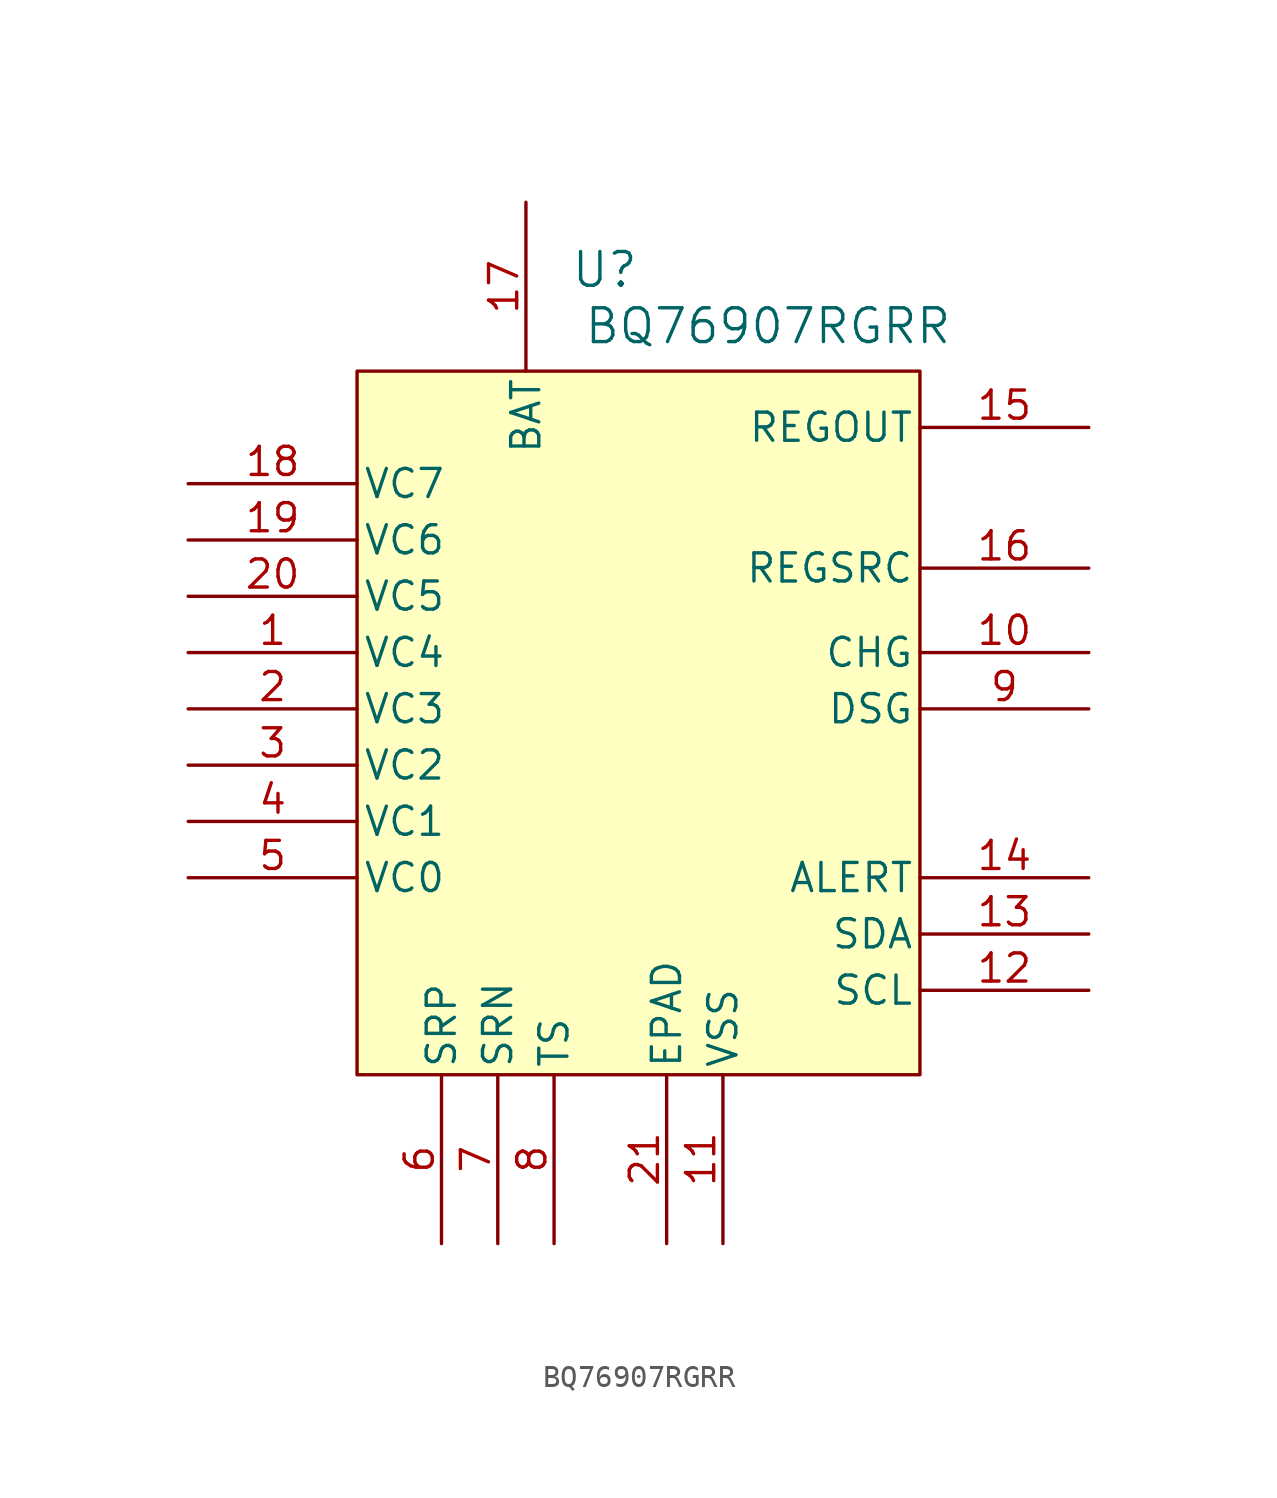
<source format=kicad_sym>
(kicad_symbol_lib
  (version 20241209)
  (generator "kicad_symbol_editor")
  (generator_version "9.0")
  (symbol "BQ76907RGRR"
    (pin_names
      (offset 0.254))
    (property "Reference" "U"
      (at 18.796 7.112 0)
      (effects (font (size 1.524 1.524))))
    (property "Value" "BQ76907RGRR"
      (at 26.162 4.572 0)
      (effects (font (size 1.524 1.524))))
    (property "ki_locked" ""
      (at 0 0 0)
      (effects (font (size 1.27 1.27))))
    (symbol "BQ76907RGRR_0_1"
      (pin input line (at 0 -2.54 0) (length 7.62) (name "VC7" (effects (font (size 1.27 1.27)))) (number "18" (effects (font (size 1.27 1.27)))))
      (pin input line (at 0 -5.08 0) (length 7.62) (name "VC6" (effects (font (size 1.27 1.27)))) (number "19" (effects (font (size 1.27 1.27)))))
      (pin input line (at 0 -7.62 0) (length 7.62) (name "VC5" (effects (font (size 1.27 1.27)))) (number "20" (effects (font (size 1.27 1.27)))))
      (pin input line (at 0 -10.16 0) (length 7.62) (name "VC4" (effects (font (size 1.27 1.27)))) (number "1" (effects (font (size 1.27 1.27)))))
      (pin input line (at 0 -12.7 0) (length 7.62) (name "VC3" (effects (font (size 1.27 1.27)))) (number "2" (effects (font (size 1.27 1.27)))))
      (pin input line (at 0 -15.24 0) (length 7.62) (name "VC2" (effects (font (size 1.27 1.27)))) (number "3" (effects (font (size 1.27 1.27)))))
      (pin input line (at 0 -17.78 0) (length 7.62) (name "VC1" (effects (font (size 1.27 1.27)))) (number "4" (effects (font (size 1.27 1.27)))))
      (pin input line (at 0 -20.32 0) (length 7.62) (name "VC0" (effects (font (size 1.27 1.27)))) (number "5" (effects (font (size 1.27 1.27)))))
      (pin input line (at 11.43 -36.83 90) (length 7.62) (name "SRP" (effects (font (size 1.27 1.27)))) (number "6" (effects (font (size 1.27 1.27)))))
      (pin input line (at 13.97 -36.83 90) (length 7.62) (name "SRN" (effects (font (size 1.27 1.27)))) (number "7" (effects (font (size 1.27 1.27)))))
      (pin input line (at 15.24 10.16 270) (length 7.62) (name "BAT" (effects (font (size 1.27 1.27)))) (number "17" (effects (font (size 1.27 1.27)))))
      (pin bidirectional line (at 16.51 -36.83 90) (length 7.62) (name "TS" (effects (font (size 1.27 1.27)))) (number "8" (effects (font (size 1.27 1.27)))))
      (pin unspecified line (at 21.59 -36.83 90) (length 7.62) (name "EPAD" (effects (font (size 1.27 1.27)))) (number "21" (effects (font (size 1.27 1.27)))))
      (pin power_in line (at 24.13 -36.83 90) (length 7.62) (name "VSS" (effects (font (size 1.27 1.27)))) (number "11" (effects (font (size 1.27 1.27)))))
      (pin output line (at 40.64 0 180) (length 7.62) (name "REGOUT" (effects (font (size 1.27 1.27)))) (number "15" (effects (font (size 1.27 1.27)))))
      (pin input line (at 40.64 -6.35 180) (length 7.62) (name "REGSRC" (effects (font (size 1.27 1.27)))) (number "16" (effects (font (size 1.27 1.27)))))
      (pin output line (at 40.64 -10.16 180) (length 7.62) (name "CHG" (effects (font (size 1.27 1.27)))) (number "10" (effects (font (size 1.27 1.27)))))
      (pin output line (at 40.64 -12.7 180) (length 7.62) (name "DSG" (effects (font (size 1.27 1.27)))) (number "9" (effects (font (size 1.27 1.27)))))
      (pin output line (at 40.64 -20.32 180) (length 7.62) (name "ALERT" (effects (font (size 1.27 1.27)))) (number "14" (effects (font (size 1.27 1.27)))))
      (pin bidirectional line (at 40.64 -22.86 180) (length 7.62) (name "SDA" (effects (font (size 1.27 1.27)))) (number "13" (effects (font (size 1.27 1.27)))))
      (pin bidirectional line (at 40.64 -25.4 180) (length 7.62) (name "SCL" (effects (font (size 1.27 1.27)))) (number "12" (effects (font (size 1.27 1.27))))))
    (symbol "BQ76907RGRR_1_1"
      (rectangle (start 7.62 2.54) (end 33.02 -29.21) (stroke (width 0) (type solid)) (fill (type background))))))
</source>
